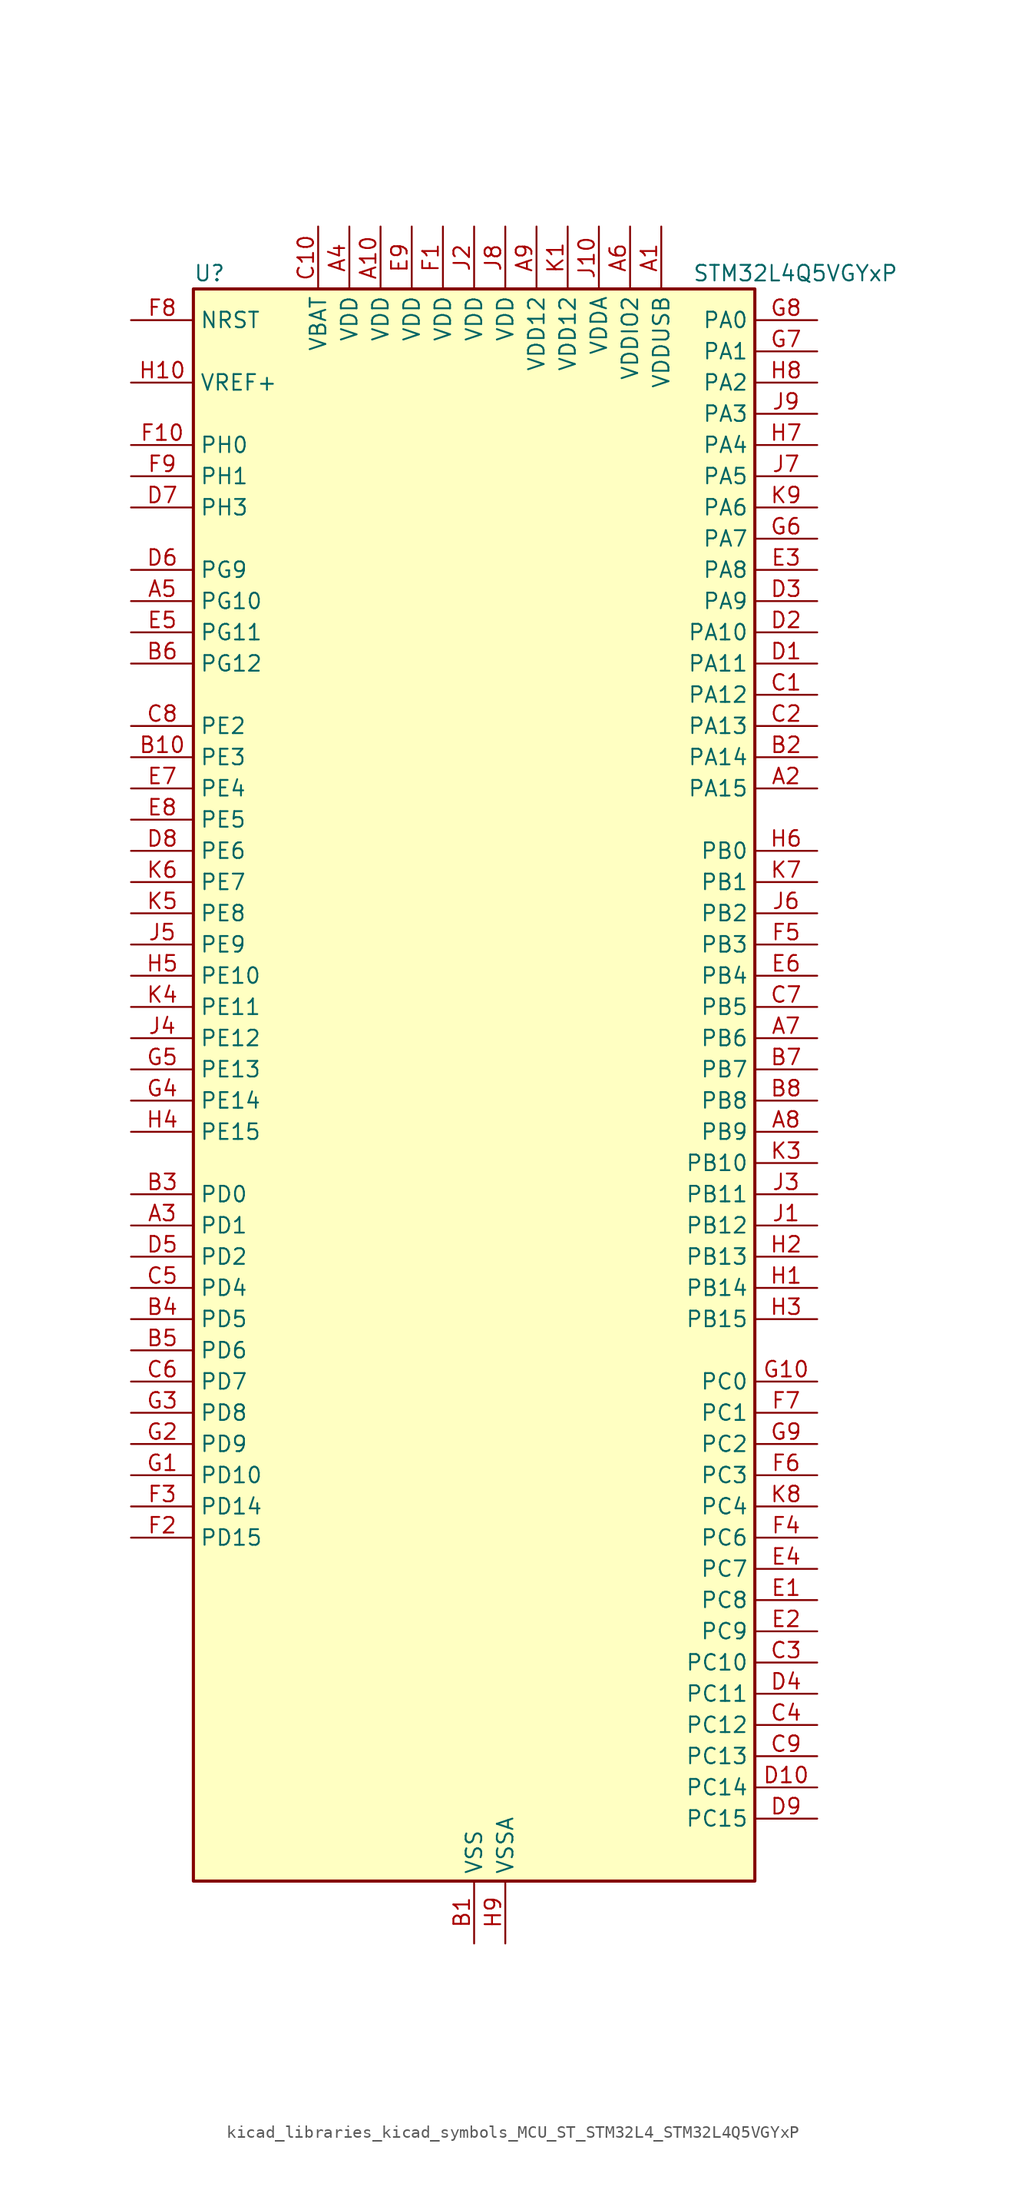
<source format=kicad_sym>
(kicad_symbol_lib
  (version 20220914)
  (generator kicad_symbol_editor)
  (symbol "kicad_libraries_kicad_symbols_MCU_ST_STM32L4_STM32L4Q5VGYxP"
    (property "Reference" "U"
      (at -22.86 67.31 0)
      (effects (font (size 1.27 1.27)) (justify left)))
    (property "Value" "STM32L4Q5VGYxP"
      (at 17.78 67.31 0)
      (effects (font (size 1.27 1.27)) (justify left)))
    (property "ki_locked" ""
      (at 0 0 0)
      (effects (font (size 1.27 1.27))))
    (symbol "kicad_libraries_kicad_symbols_MCU_ST_STM32L4_STM32L4Q5VGYxP_0_1"
      (rectangle (start -22.86 -63.5) (end 22.86 66.04) (stroke (width 0.254) (type default)) (fill (type background))))
    (symbol "kicad_libraries_kicad_symbols_MCU_ST_STM32L4_STM32L4Q5VGYxP_1_1"
      (pin power_in line (at 15.24 71.12 270) (length 5.08) (name "VDDUSB" (effects (font (size 1.27 1.27)))) (number "A1" (effects (font (size 1.27 1.27)))))
      (pin power_in line (at -7.62 71.12 270) (length 5.08) (name "VDD" (effects (font (size 1.27 1.27)))) (number "A10" (effects (font (size 1.27 1.27)))))
      (pin bidirectional line (at 27.94 25.4 180) (length 5.08) (name "PA15" (effects (font (size 1.27 1.27)))) (number "A2" (effects (font (size 1.27 1.27)))) (alternate "ADC1_EXTI15" bidirectional line) (alternate "ADC2_EXTI15" bidirectional line) (alternate "LTDC_HSYNC" bidirectional line) (alternate "SAI2_FS_B" bidirectional line) (alternate "SPI1_NSS" bidirectional line) (alternate "SPI3_NSS" bidirectional line) (alternate "SYS_JTDI" bidirectional line) (alternate "TIM2_CH1" bidirectional line) (alternate "TIM2_ETR" bidirectional line) (alternate "TSC_G3_IO1" bidirectional line) (alternate "UART4_DE" bidirectional line) (alternate "UART4_RTS" bidirectional line) (alternate "USART2_RX" bidirectional line) (alternate "USART3_DE" bidirectional line) (alternate "USART3_RTS" bidirectional line))
      (pin bidirectional line (at -27.94 -10.16 0) (length 5.08) (name "PD1" (effects (font (size 1.27 1.27)))) (number "A3" (effects (font (size 1.27 1.27)))) (alternate "CAN1_TX" bidirectional line) (alternate "FMC_D3" bidirectional line) (alternate "FMC_DA3" bidirectional line) (alternate "LTDC_B5" bidirectional line) (alternate "SPI2_SCK" bidirectional line))
      (pin power_in line (at -10.16 71.12 270) (length 5.08) (name "VDD" (effects (font (size 1.27 1.27)))) (number "A4" (effects (font (size 1.27 1.27)))))
      (pin bidirectional line (at -27.94 40.64 0) (length 5.08) (name "PG10" (effects (font (size 1.27 1.27)))) (number "A5" (effects (font (size 1.27 1.27)))) (alternate "FMC_NE3" bidirectional line) (alternate "LPTIM1_IN1" bidirectional line) (alternate "OCTOSPIM_P2_IO7" bidirectional line) (alternate "SAI2_FS_A" bidirectional line) (alternate "SDMMC2_D1" bidirectional line) (alternate "SPI3_MISO" bidirectional line) (alternate "TIM15_CH1" bidirectional line) (alternate "USART1_RX" bidirectional line))
      (pin power_in line (at 12.7 71.12 270) (length 5.08) (name "VDDIO2" (effects (font (size 1.27 1.27)))) (number "A6" (effects (font (size 1.27 1.27)))))
      (pin bidirectional line (at 27.94 5.08 180) (length 5.08) (name "PB6" (effects (font (size 1.27 1.27)))) (number "A7" (effects (font (size 1.27 1.27)))) (alternate "COMP2_INP" bidirectional line) (alternate "DCMI_D5" bidirectional line) (alternate "I2C1_SCL" bidirectional line) (alternate "I2C4_SCL" bidirectional line) (alternate "LPTIM1_ETR" bidirectional line) (alternate "LTDC_R6" bidirectional line) (alternate "PSSI_D5" bidirectional line) (alternate "SAI1_FS_B" bidirectional line) (alternate "TIM16_CH1N" bidirectional line) (alternate "TIM4_CH1" bidirectional line) (alternate "TIM8_BKIN2" bidirectional line) (alternate "TSC_G2_IO3" bidirectional line) (alternate "USART1_TX" bidirectional line))
      (pin bidirectional line (at 27.94 -2.54 180) (length 5.08) (name "PB9" (effects (font (size 1.27 1.27)))) (number "A8" (effects (font (size 1.27 1.27)))) (alternate "CAN1_TX" bidirectional line) (alternate "DAC1_EXTI9" bidirectional line) (alternate "DCMI_D7" bidirectional line) (alternate "I2C1_SDA" bidirectional line) (alternate "IR_OUT" bidirectional line) (alternate "PSSI_D7" bidirectional line) (alternate "SAI1_D2" bidirectional line) (alternate "SAI1_FS_A" bidirectional line) (alternate "SDMMC1_CDIR" bidirectional line) (alternate "SDMMC1_D5" bidirectional line) (alternate "SDMMC2_D5" bidirectional line) (alternate "SPI2_NSS" bidirectional line) (alternate "TIM17_CH1" bidirectional line) (alternate "TIM4_CH4" bidirectional line))
      (pin power_in line (at 5.08 71.12 270) (length 5.08) (name "VDD12" (effects (font (size 1.27 1.27)))) (number "A9" (effects (font (size 1.27 1.27)))))
      (pin power_in line (at 0 -68.58 90) (length 5.08) (name "VSS" (effects (font (size 1.27 1.27)))) (number "B1" (effects (font (size 1.27 1.27)))))
      (pin bidirectional line (at -27.94 27.94 0) (length 5.08) (name "PE3" (effects (font (size 1.27 1.27)))) (number "B10" (effects (font (size 1.27 1.27)))) (alternate "FMC_A19" bidirectional line) (alternate "LTDC_R6" bidirectional line) (alternate "OCTOSPIM_P1_DQS" bidirectional line) (alternate "SAI1_SD_B" bidirectional line) (alternate "SYS_TRACED0" bidirectional line) (alternate "TIM3_CH1" bidirectional line) (alternate "TSC_G7_IO2" bidirectional line))
      (pin bidirectional line (at 27.94 27.94 180) (length 5.08) (name "PA14" (effects (font (size 1.27 1.27)))) (number "B2" (effects (font (size 1.27 1.27)))) (alternate "I2C1_SMBA" bidirectional line) (alternate "I2C4_SMBA" bidirectional line) (alternate "LPTIM1_OUT" bidirectional line) (alternate "SAI1_FS_B" bidirectional line) (alternate "SYS_JTCK-SWCLK" bidirectional line) (alternate "USB_OTG_FS_SOF" bidirectional line))
      (pin bidirectional line (at -27.94 -7.62 0) (length 5.08) (name "PD0" (effects (font (size 1.27 1.27)))) (number "B3" (effects (font (size 1.27 1.27)))) (alternate "CAN1_RX" bidirectional line) (alternate "FMC_D2" bidirectional line) (alternate "FMC_DA2" bidirectional line) (alternate "LTDC_B4" bidirectional line) (alternate "SPI2_NSS" bidirectional line))
      (pin bidirectional line (at -27.94 -17.78 0) (length 5.08) (name "PD5" (effects (font (size 1.27 1.27)))) (number "B4" (effects (font (size 1.27 1.27)))) (alternate "FMC_NWE" bidirectional line) (alternate "OCTOSPIM_P1_IO5" bidirectional line) (alternate "USART2_TX" bidirectional line))
      (pin bidirectional line (at -27.94 -20.32 0) (length 5.08) (name "PD6" (effects (font (size 1.27 1.27)))) (number "B5" (effects (font (size 1.27 1.27)))) (alternate "DCMI_D10" bidirectional line) (alternate "DFSDM1_DATIN1" bidirectional line) (alternate "FMC_NWAIT" bidirectional line) (alternate "LTDC_DE" bidirectional line) (alternate "OCTOSPIM_P1_IO6" bidirectional line) (alternate "PSSI_D10" bidirectional line) (alternate "SAI1_D1" bidirectional line) (alternate "SAI1_SD_A" bidirectional line) (alternate "SDMMC2_CK" bidirectional line) (alternate "SPI3_MOSI" bidirectional line) (alternate "USART2_RX" bidirectional line))
      (pin bidirectional line (at -27.94 35.56 0) (length 5.08) (name "PG12" (effects (font (size 1.27 1.27)))) (number "B6" (effects (font (size 1.27 1.27)))) (alternate "FMC_NE4" bidirectional line) (alternate "LPTIM1_ETR" bidirectional line) (alternate "OCTOSPIM_P2_NCS" bidirectional line) (alternate "SAI2_SD_A" bidirectional line) (alternate "SDMMC2_D3" bidirectional line) (alternate "SPI3_NSS" bidirectional line) (alternate "USART1_DE" bidirectional line) (alternate "USART1_RTS" bidirectional line))
      (pin bidirectional line (at 27.94 2.54 180) (length 5.08) (name "PB7" (effects (font (size 1.27 1.27)))) (number "B7" (effects (font (size 1.27 1.27)))) (alternate "COMP2_INM" bidirectional line) (alternate "DCMI_VSYNC" bidirectional line) (alternate "FMC_NL" bidirectional line) (alternate "I2C1_SDA" bidirectional line) (alternate "I2C4_SDA" bidirectional line) (alternate "LPTIM1_IN2" bidirectional line) (alternate "LTDC_VSYNC" bidirectional line) (alternate "PSSI_RDY" bidirectional line) (alternate "SYS_PVD_IN" bidirectional line) (alternate "TIM17_CH1N" bidirectional line) (alternate "TIM4_CH2" bidirectional line) (alternate "TIM8_BKIN" bidirectional line) (alternate "TSC_G2_IO4" bidirectional line) (alternate "UART4_CTS" bidirectional line) (alternate "USART1_RX" bidirectional line))
      (pin bidirectional line (at 27.94 0 180) (length 5.08) (name "PB8" (effects (font (size 1.27 1.27)))) (number "B8" (effects (font (size 1.27 1.27)))) (alternate "CAN1_RX" bidirectional line) (alternate "DCMI_D6" bidirectional line) (alternate "DFSDM1_CKOUT" bidirectional line) (alternate "I2C1_SCL" bidirectional line) (alternate "LTDC_DE" bidirectional line) (alternate "PSSI_D6" bidirectional line) (alternate "SAI1_CK1" bidirectional line) (alternate "SAI1_MCLK_A" bidirectional line) (alternate "SDMMC1_CKIN" bidirectional line) (alternate "SDMMC1_D4" bidirectional line) (alternate "SDMMC2_D4" bidirectional line) (alternate "TIM16_CH1" bidirectional line) (alternate "TIM4_CH3" bidirectional line))
      (pin passive line (at 0 -68.58 90) (length 5.08) hide (name "VSS" (effects (font (size 1.27 1.27)))) (number "B9" (effects (font (size 1.27 1.27)))))
      (pin bidirectional line (at 27.94 33.02 180) (length 5.08) (name "PA12" (effects (font (size 1.27 1.27)))) (number "C1" (effects (font (size 1.27 1.27)))) (alternate "CAN1_TX" bidirectional line) (alternate "LTDC_VSYNC" bidirectional line) (alternate "OCTOSPIM_P2_NCS" bidirectional line) (alternate "SPI1_MOSI" bidirectional line) (alternate "TIM1_ETR" bidirectional line) (alternate "USART1_DE" bidirectional line) (alternate "USART1_RTS" bidirectional line) (alternate "USB_OTG_FS_DP" bidirectional line))
      (pin power_in line (at -12.7 71.12 270) (length 5.08) (name "VBAT" (effects (font (size 1.27 1.27)))) (number "C10" (effects (font (size 1.27 1.27)))))
      (pin bidirectional line (at 27.94 30.48 180) (length 5.08) (name "PA13" (effects (font (size 1.27 1.27)))) (number "C2" (effects (font (size 1.27 1.27)))) (alternate "IR_OUT" bidirectional line) (alternate "SAI1_SD_B" bidirectional line) (alternate "SYS_JTMS-SWDIO" bidirectional line) (alternate "USB_OTG_FS_NOE" bidirectional line))
      (pin bidirectional line (at 27.94 -45.72 180) (length 5.08) (name "PC10" (effects (font (size 1.27 1.27)))) (number "C3" (effects (font (size 1.27 1.27)))) (alternate "DCMI_D8" bidirectional line) (alternate "DCMI_VSYNC" bidirectional line) (alternate "PSSI_D8" bidirectional line) (alternate "PSSI_RDY" bidirectional line) (alternate "SAI2_SCK_B" bidirectional line) (alternate "SDMMC1_D2" bidirectional line) (alternate "SPI3_SCK" bidirectional line) (alternate "SYS_TRACED1" bidirectional line) (alternate "TSC_G3_IO2" bidirectional line) (alternate "UART4_TX" bidirectional line) (alternate "USART3_TX" bidirectional line))
      (pin bidirectional line (at 27.94 -50.8 180) (length 5.08) (name "PC12" (effects (font (size 1.27 1.27)))) (number "C4" (effects (font (size 1.27 1.27)))) (alternate "DCMI_D9" bidirectional line) (alternate "LTDC_R6" bidirectional line) (alternate "PSSI_D9" bidirectional line) (alternate "SAI2_SD_B" bidirectional line) (alternate "SDMMC1_CK" bidirectional line) (alternate "SPI3_MOSI" bidirectional line) (alternate "SYS_TRACED3" bidirectional line) (alternate "TSC_G3_IO4" bidirectional line) (alternate "UART5_TX" bidirectional line) (alternate "USART3_CK" bidirectional line))
      (pin bidirectional line (at -27.94 -15.24 0) (length 5.08) (name "PD4" (effects (font (size 1.27 1.27)))) (number "C5" (effects (font (size 1.27 1.27)))) (alternate "DFSDM1_CKIN0" bidirectional line) (alternate "FMC_NOE" bidirectional line) (alternate "OCTOSPIM_P1_IO4" bidirectional line) (alternate "SDMMC2_CKIN" bidirectional line) (alternate "SPI2_MOSI" bidirectional line) (alternate "USART2_DE" bidirectional line) (alternate "USART2_RTS" bidirectional line))
      (pin bidirectional line (at -27.94 -22.86 0) (length 5.08) (name "PD7" (effects (font (size 1.27 1.27)))) (number "C6" (effects (font (size 1.27 1.27)))) (alternate "DFSDM1_CKIN1" bidirectional line) (alternate "FMC_NCE" bidirectional line) (alternate "FMC_NE1" bidirectional line) (alternate "OCTOSPIM_P1_IO7" bidirectional line) (alternate "SDMMC2_CMD" bidirectional line) (alternate "USART2_CK" bidirectional line))
      (pin bidirectional line (at 27.94 7.62 180) (length 5.08) (name "PB5" (effects (font (size 1.27 1.27)))) (number "C7" (effects (font (size 1.27 1.27)))) (alternate "COMP2_OUT" bidirectional line) (alternate "DCMI_D10" bidirectional line) (alternate "I2C1_SMBA" bidirectional line) (alternate "LPTIM1_IN1" bidirectional line) (alternate "OCTOSPIM_P1_IO0" bidirectional line) (alternate "PSSI_D10" bidirectional line) (alternate "SAI1_SD_B" bidirectional line) (alternate "SPI1_MOSI" bidirectional line) (alternate "SPI3_MOSI" bidirectional line) (alternate "TIM16_BKIN" bidirectional line) (alternate "TIM3_CH2" bidirectional line) (alternate "TSC_G2_IO2" bidirectional line) (alternate "UART5_CTS" bidirectional line) (alternate "USART1_CK" bidirectional line))
      (pin bidirectional line (at -27.94 30.48 0) (length 5.08) (name "PE2" (effects (font (size 1.27 1.27)))) (number "C8" (effects (font (size 1.27 1.27)))) (alternate "FMC_A23" bidirectional line) (alternate "LTDC_R7" bidirectional line) (alternate "SAI1_CK1" bidirectional line) (alternate "SAI1_MCLK_A" bidirectional line) (alternate "SYS_TRACECLK" bidirectional line) (alternate "TIM3_ETR" bidirectional line) (alternate "TSC_G7_IO1" bidirectional line))
      (pin bidirectional line (at 27.94 -53.34 180) (length 5.08) (name "PC13" (effects (font (size 1.27 1.27)))) (number "C9" (effects (font (size 1.27 1.27)))) (alternate "RTC_OUT1" bidirectional line) (alternate "RTC_TAMP1" bidirectional line) (alternate "RTC_TS" bidirectional line) (alternate "SYS_WKUP2" bidirectional line))
      (pin bidirectional line (at 27.94 35.56 180) (length 5.08) (name "PA11" (effects (font (size 1.27 1.27)))) (number "D1" (effects (font (size 1.27 1.27)))) (alternate "ADC1_EXTI11" bidirectional line) (alternate "ADC2_EXTI11" bidirectional line) (alternate "CAN1_RX" bidirectional line) (alternate "LTDC_DE" bidirectional line) (alternate "SPI1_MISO" bidirectional line) (alternate "TIM1_BKIN2" bidirectional line) (alternate "TIM1_CH4" bidirectional line) (alternate "USART1_CTS" bidirectional line) (alternate "USART1_NSS" bidirectional line) (alternate "USB_OTG_FS_DM" bidirectional line))
      (pin bidirectional line (at 27.94 -55.88 180) (length 5.08) (name "PC14" (effects (font (size 1.27 1.27)))) (number "D10" (effects (font (size 1.27 1.27)))) (alternate "RCC_OSC32_IN" bidirectional line))
      (pin bidirectional line (at 27.94 38.1 180) (length 5.08) (name "PA10" (effects (font (size 1.27 1.27)))) (number "D2" (effects (font (size 1.27 1.27)))) (alternate "DCMI_D1" bidirectional line) (alternate "LTDC_G6" bidirectional line) (alternate "PSSI_D1" bidirectional line) (alternate "SAI1_D1" bidirectional line) (alternate "SAI1_SD_A" bidirectional line) (alternate "TIM17_BKIN" bidirectional line) (alternate "TIM1_CH3" bidirectional line) (alternate "USART1_RX" bidirectional line) (alternate "USB_OTG_FS_ID" bidirectional line))
      (pin bidirectional line (at 27.94 40.64 180) (length 5.08) (name "PA9" (effects (font (size 1.27 1.27)))) (number "D3" (effects (font (size 1.27 1.27)))) (alternate "DAC1_EXTI9" bidirectional line) (alternate "DCMI_D0" bidirectional line) (alternate "LTDC_G7" bidirectional line) (alternate "PSSI_D0" bidirectional line) (alternate "SAI1_FS_A" bidirectional line) (alternate "SPI2_SCK" bidirectional line) (alternate "TIM15_BKIN" bidirectional line) (alternate "TIM1_CH2" bidirectional line) (alternate "USART1_TX" bidirectional line) (alternate "USB_OTG_FS_VBUS" bidirectional line))
      (pin bidirectional line (at 27.94 -48.26 180) (length 5.08) (name "PC11" (effects (font (size 1.27 1.27)))) (number "D4" (effects (font (size 1.27 1.27)))) (alternate "ADC1_EXTI11" bidirectional line) (alternate "ADC2_EXTI11" bidirectional line) (alternate "DCMI_D2" bidirectional line) (alternate "DCMI_D4" bidirectional line) (alternate "OCTOSPIM_P1_NCS" bidirectional line) (alternate "PSSI_D2" bidirectional line) (alternate "PSSI_D4" bidirectional line) (alternate "SAI2_MCLK_B" bidirectional line) (alternate "SDMMC1_D3" bidirectional line) (alternate "SPI3_MISO" bidirectional line) (alternate "TSC_G3_IO3" bidirectional line) (alternate "UART4_RX" bidirectional line) (alternate "USART3_RX" bidirectional line))
      (pin bidirectional line (at -27.94 -12.7 0) (length 5.08) (name "PD2" (effects (font (size 1.27 1.27)))) (number "D5" (effects (font (size 1.27 1.27)))) (alternate "DCMI_D11" bidirectional line) (alternate "PSSI_D11" bidirectional line) (alternate "SDMMC1_CMD" bidirectional line) (alternate "SYS_TRACED2" bidirectional line) (alternate "TIM3_ETR" bidirectional line) (alternate "TSC_SYNC" bidirectional line) (alternate "UART5_RX" bidirectional line) (alternate "USART3_DE" bidirectional line) (alternate "USART3_RTS" bidirectional line))
      (pin bidirectional line (at -27.94 43.18 0) (length 5.08) (name "PG9" (effects (font (size 1.27 1.27)))) (number "D6" (effects (font (size 1.27 1.27)))) (alternate "DAC1_EXTI9" bidirectional line) (alternate "FMC_NCE" bidirectional line) (alternate "FMC_NE2" bidirectional line) (alternate "OCTOSPIM_P2_IO6" bidirectional line) (alternate "SAI2_SCK_A" bidirectional line) (alternate "SDMMC2_D0" bidirectional line) (alternate "SPI3_SCK" bidirectional line) (alternate "TIM15_CH1N" bidirectional line) (alternate "USART1_TX" bidirectional line))
      (pin bidirectional line (at -27.94 48.26 0) (length 5.08) (name "PH3" (effects (font (size 1.27 1.27)))) (number "D7" (effects (font (size 1.27 1.27)))))
      (pin bidirectional line (at -27.94 20.32 0) (length 5.08) (name "PE6" (effects (font (size 1.27 1.27)))) (number "D8" (effects (font (size 1.27 1.27)))) (alternate "DCMI_D7" bidirectional line) (alternate "FMC_A22" bidirectional line) (alternate "LTDC_G6" bidirectional line) (alternate "PSSI_D7" bidirectional line) (alternate "RTC_TAMP3" bidirectional line) (alternate "SAI1_D1" bidirectional line) (alternate "SAI1_SD_A" bidirectional line) (alternate "SYS_TRACED3" bidirectional line) (alternate "SYS_WKUP3" bidirectional line) (alternate "TIM3_CH4" bidirectional line))
      (pin bidirectional line (at 27.94 -58.42 180) (length 5.08) (name "PC15" (effects (font (size 1.27 1.27)))) (number "D9" (effects (font (size 1.27 1.27)))) (alternate "ADC1_EXTI15" bidirectional line) (alternate "ADC2_EXTI15" bidirectional line) (alternate "RCC_OSC32_OUT" bidirectional line))
      (pin bidirectional line (at 27.94 -40.64 180) (length 5.08) (name "PC8" (effects (font (size 1.27 1.27)))) (number "E1" (effects (font (size 1.27 1.27)))) (alternate "DCMI_D2" bidirectional line) (alternate "PSSI_D2" bidirectional line) (alternate "SDMMC1_D0" bidirectional line) (alternate "TIM3_CH3" bidirectional line) (alternate "TIM8_CH3" bidirectional line) (alternate "TSC_G4_IO3" bidirectional line))
      (pin passive line (at 0 -68.58 90) (length 5.08) hide (name "VSS" (effects (font (size 1.27 1.27)))) (number "E10" (effects (font (size 1.27 1.27)))))
      (pin bidirectional line (at 27.94 -43.18 180) (length 5.08) (name "PC9" (effects (font (size 1.27 1.27)))) (number "E2" (effects (font (size 1.27 1.27)))) (alternate "DAC1_EXTI9" bidirectional line) (alternate "DCMI_D3" bidirectional line) (alternate "I2C3_SDA" bidirectional line) (alternate "PSSI_D3" bidirectional line) (alternate "SAI2_EXTCLK" bidirectional line) (alternate "SDMMC1_D1" bidirectional line) (alternate "SYS_TRACED0" bidirectional line) (alternate "TIM3_CH4" bidirectional line) (alternate "TIM8_BKIN2" bidirectional line) (alternate "TIM8_CH4" bidirectional line) (alternate "TSC_G4_IO4" bidirectional line) (alternate "USB_OTG_FS_NOE" bidirectional line))
      (pin bidirectional line (at 27.94 43.18 180) (length 5.08) (name "PA8" (effects (font (size 1.27 1.27)))) (number "E3" (effects (font (size 1.27 1.27)))) (alternate "LPTIM2_OUT" bidirectional line) (alternate "LTDC_B7" bidirectional line) (alternate "RCC_MCO" bidirectional line) (alternate "SAI1_CK2" bidirectional line) (alternate "SAI1_SCK_A" bidirectional line) (alternate "TIM1_CH1" bidirectional line) (alternate "USART1_CK" bidirectional line) (alternate "USB_OTG_FS_SOF" bidirectional line))
      (pin bidirectional line (at 27.94 -38.1 180) (length 5.08) (name "PC7" (effects (font (size 1.27 1.27)))) (number "E4" (effects (font (size 1.27 1.27)))) (alternate "DCMI_D1" bidirectional line) (alternate "DFSDM1_DATIN3" bidirectional line) (alternate "LTDC_B6" bidirectional line) (alternate "PSSI_D1" bidirectional line) (alternate "SAI2_MCLK_B" bidirectional line) (alternate "SDMMC1_D123DIR" bidirectional line) (alternate "SDMMC1_D7" bidirectional line) (alternate "SDMMC2_D7" bidirectional line) (alternate "TIM3_CH2" bidirectional line) (alternate "TIM8_CH2" bidirectional line) (alternate "TSC_G4_IO2" bidirectional line))
      (pin bidirectional line (at -27.94 38.1 0) (length 5.08) (name "PG11" (effects (font (size 1.27 1.27)))) (number "E5" (effects (font (size 1.27 1.27)))) (alternate "ADC1_EXTI11" bidirectional line) (alternate "ADC2_EXTI11" bidirectional line) (alternate "LPTIM1_IN2" bidirectional line) (alternate "OCTOSPIM_P1_IO5" bidirectional line) (alternate "SAI2_MCLK_A" bidirectional line) (alternate "SDMMC2_D2" bidirectional line) (alternate "SPI3_MOSI" bidirectional line) (alternate "TIM15_CH2" bidirectional line) (alternate "USART1_CTS" bidirectional line) (alternate "USART1_NSS" bidirectional line))
      (pin bidirectional line (at 27.94 10.16 180) (length 5.08) (name "PB4" (effects (font (size 1.27 1.27)))) (number "E6" (effects (font (size 1.27 1.27)))) (alternate "COMP2_INP" bidirectional line) (alternate "DCMI_D12" bidirectional line) (alternate "I2C3_SDA" bidirectional line) (alternate "OCTOSPIM_P1_IO5" bidirectional line) (alternate "PSSI_D12" bidirectional line) (alternate "SAI1_MCLK_B" bidirectional line) (alternate "SDMMC2_D3" bidirectional line) (alternate "SPI1_MISO" bidirectional line) (alternate "SPI3_MISO" bidirectional line) (alternate "SYS_JTRST" bidirectional line) (alternate "TIM17_BKIN" bidirectional line) (alternate "TIM3_CH1" bidirectional line) (alternate "TSC_G2_IO1" bidirectional line) (alternate "UART5_DE" bidirectional line) (alternate "UART5_RTS" bidirectional line) (alternate "USART1_CTS" bidirectional line) (alternate "USART1_NSS" bidirectional line))
      (pin bidirectional line (at -27.94 25.4 0) (length 5.08) (name "PE4" (effects (font (size 1.27 1.27)))) (number "E7" (effects (font (size 1.27 1.27)))) (alternate "DCMI_D4" bidirectional line) (alternate "DFSDM1_DATIN3" bidirectional line) (alternate "FMC_A20" bidirectional line) (alternate "LTDC_B7" bidirectional line) (alternate "PSSI_D4" bidirectional line) (alternate "SAI1_D2" bidirectional line) (alternate "SAI1_FS_A" bidirectional line) (alternate "SYS_TRACED1" bidirectional line) (alternate "TIM3_CH2" bidirectional line) (alternate "TSC_G7_IO3" bidirectional line))
      (pin bidirectional line (at -27.94 22.86 0) (length 5.08) (name "PE5" (effects (font (size 1.27 1.27)))) (number "E8" (effects (font (size 1.27 1.27)))) (alternate "DCMI_D6" bidirectional line) (alternate "DFSDM1_CKIN3" bidirectional line) (alternate "FMC_A21" bidirectional line) (alternate "LTDC_G7" bidirectional line) (alternate "PSSI_D6" bidirectional line) (alternate "SAI1_CK2" bidirectional line) (alternate "SAI1_SCK_A" bidirectional line) (alternate "SYS_TRACED2" bidirectional line) (alternate "TIM3_CH3" bidirectional line) (alternate "TSC_G7_IO4" bidirectional line))
      (pin power_in line (at -5.08 71.12 270) (length 5.08) (name "VDD" (effects (font (size 1.27 1.27)))) (number "E9" (effects (font (size 1.27 1.27)))))
      (pin power_in line (at -2.54 71.12 270) (length 5.08) (name "VDD" (effects (font (size 1.27 1.27)))) (number "F1" (effects (font (size 1.27 1.27)))))
      (pin bidirectional line (at -27.94 53.34 0) (length 5.08) (name "PH0" (effects (font (size 1.27 1.27)))) (number "F10" (effects (font (size 1.27 1.27)))) (alternate "RCC_OSC_IN" bidirectional line))
      (pin bidirectional line (at -27.94 -35.56 0) (length 5.08) (name "PD15" (effects (font (size 1.27 1.27)))) (number "F2" (effects (font (size 1.27 1.27)))) (alternate "ADC1_EXTI15" bidirectional line) (alternate "ADC2_EXTI15" bidirectional line) (alternate "FMC_D1" bidirectional line) (alternate "FMC_DA1" bidirectional line) (alternate "LTDC_B3" bidirectional line) (alternate "TIM4_CH4" bidirectional line))
      (pin bidirectional line (at -27.94 -33.02 0) (length 5.08) (name "PD14" (effects (font (size 1.27 1.27)))) (number "F3" (effects (font (size 1.27 1.27)))) (alternate "FMC_D0" bidirectional line) (alternate "FMC_DA0" bidirectional line) (alternate "LTDC_B2" bidirectional line) (alternate "TIM4_CH3" bidirectional line))
      (pin bidirectional line (at 27.94 -35.56 180) (length 5.08) (name "PC6" (effects (font (size 1.27 1.27)))) (number "F4" (effects (font (size 1.27 1.27)))) (alternate "DCMI_D0" bidirectional line) (alternate "DFSDM1_CKIN3" bidirectional line) (alternate "LTDC_G7" bidirectional line) (alternate "PSSI_D0" bidirectional line) (alternate "SAI2_MCLK_A" bidirectional line) (alternate "SDMMC1_D0DIR" bidirectional line) (alternate "SDMMC1_D6" bidirectional line) (alternate "SDMMC2_D6" bidirectional line) (alternate "TIM3_CH1" bidirectional line) (alternate "TIM8_CH1" bidirectional line) (alternate "TSC_G4_IO1" bidirectional line))
      (pin bidirectional line (at 27.94 12.7 180) (length 5.08) (name "PB3" (effects (font (size 1.27 1.27)))) (number "F5" (effects (font (size 1.27 1.27)))) (alternate "COMP2_INM" bidirectional line) (alternate "CRS_SYNC" bidirectional line) (alternate "OCTOSPIM_P1_IO4" bidirectional line) (alternate "SAI1_SCK_B" bidirectional line) (alternate "SDMMC2_D2" bidirectional line) (alternate "SPI1_SCK" bidirectional line) (alternate "SPI3_SCK" bidirectional line) (alternate "SYS_JTDO-SWO" bidirectional line) (alternate "TIM2_CH2" bidirectional line) (alternate "USART1_DE" bidirectional line) (alternate "USART1_RTS" bidirectional line))
      (pin bidirectional line (at 27.94 -30.48 180) (length 5.08) (name "PC3" (effects (font (size 1.27 1.27)))) (number "F6" (effects (font (size 1.27 1.27)))) (alternate "ADC1_IN4" bidirectional line) (alternate "ADC2_IN4" bidirectional line) (alternate "LPTIM1_ETR" bidirectional line) (alternate "LPTIM2_ETR" bidirectional line) (alternate "OCTOSPIM_P1_IO6" bidirectional line) (alternate "SAI1_D1" bidirectional line) (alternate "SAI1_SD_A" bidirectional line) (alternate "SPI2_MOSI" bidirectional line))
      (pin bidirectional line (at 27.94 -25.4 180) (length 5.08) (name "PC1" (effects (font (size 1.27 1.27)))) (number "F7" (effects (font (size 1.27 1.27)))) (alternate "ADC1_IN2" bidirectional line) (alternate "ADC2_IN2" bidirectional line) (alternate "I2C3_SDA" bidirectional line) (alternate "LPTIM1_OUT" bidirectional line) (alternate "LPUART1_TX" bidirectional line) (alternate "OCTOSPIM_P1_IO4" bidirectional line) (alternate "SAI1_SD_A" bidirectional line) (alternate "SPI2_MOSI" bidirectional line) (alternate "SYS_TRACED0" bidirectional line))
      (pin input line (at -27.94 63.5 0) (length 5.08) (name "NRST" (effects (font (size 1.27 1.27)))) (number "F8" (effects (font (size 1.27 1.27)))))
      (pin bidirectional line (at -27.94 50.8 0) (length 5.08) (name "PH1" (effects (font (size 1.27 1.27)))) (number "F9" (effects (font (size 1.27 1.27)))) (alternate "RCC_OSC_OUT" bidirectional line))
      (pin bidirectional line (at -27.94 -30.48 0) (length 5.08) (name "PD10" (effects (font (size 1.27 1.27)))) (number "G1" (effects (font (size 1.27 1.27)))) (alternate "FMC_D15" bidirectional line) (alternate "FMC_DA15" bidirectional line) (alternate "LTDC_R5" bidirectional line) (alternate "SAI2_SCK_A" bidirectional line) (alternate "TSC_G6_IO1" bidirectional line) (alternate "USART3_CK" bidirectional line))
      (pin bidirectional line (at 27.94 -22.86 180) (length 5.08) (name "PC0" (effects (font (size 1.27 1.27)))) (number "G10" (effects (font (size 1.27 1.27)))) (alternate "ADC1_IN1" bidirectional line) (alternate "ADC2_IN1" bidirectional line) (alternate "I2C3_SCL" bidirectional line) (alternate "LPTIM1_IN1" bidirectional line) (alternate "LPTIM2_IN1" bidirectional line) (alternate "LPUART1_RX" bidirectional line) (alternate "LTDC_DE" bidirectional line) (alternate "SAI2_FS_A" bidirectional line) (alternate "SDMMC1_CMD" bidirectional line) (alternate "SDMMC2_CKIN" bidirectional line))
      (pin bidirectional line (at -27.94 -27.94 0) (length 5.08) (name "PD9" (effects (font (size 1.27 1.27)))) (number "G2" (effects (font (size 1.27 1.27)))) (alternate "DAC1_EXTI9" bidirectional line) (alternate "DCMI_PIXCLK" bidirectional line) (alternate "FMC_D14" bidirectional line) (alternate "FMC_DA14" bidirectional line) (alternate "LTDC_R4" bidirectional line) (alternate "PSSI_PDCK" bidirectional line) (alternate "SAI2_MCLK_A" bidirectional line) (alternate "USART3_RX" bidirectional line))
      (pin bidirectional line (at -27.94 -25.4 0) (length 5.08) (name "PD8" (effects (font (size 1.27 1.27)))) (number "G3" (effects (font (size 1.27 1.27)))) (alternate "DCMI_HSYNC" bidirectional line) (alternate "FMC_D13" bidirectional line) (alternate "FMC_DA13" bidirectional line) (alternate "LTDC_R3" bidirectional line) (alternate "PSSI_DE" bidirectional line) (alternate "USART3_TX" bidirectional line))
      (pin bidirectional line (at -27.94 0 0) (length 5.08) (name "PE14" (effects (font (size 1.27 1.27)))) (number "G4" (effects (font (size 1.27 1.27)))) (alternate "FMC_D11" bidirectional line) (alternate "FMC_DA11" bidirectional line) (alternate "LTDC_G7" bidirectional line) (alternate "OCTOSPIM_P1_IO2" bidirectional line) (alternate "SPI1_MISO" bidirectional line) (alternate "TIM1_BKIN2" bidirectional line) (alternate "TIM1_CH4" bidirectional line))
      (pin bidirectional line (at -27.94 2.54 0) (length 5.08) (name "PE13" (effects (font (size 1.27 1.27)))) (number "G5" (effects (font (size 1.27 1.27)))) (alternate "FMC_D10" bidirectional line) (alternate "FMC_DA10" bidirectional line) (alternate "LTDC_G6" bidirectional line) (alternate "OCTOSPIM_P1_IO1" bidirectional line) (alternate "SPI1_SCK" bidirectional line) (alternate "TIM1_CH3" bidirectional line) (alternate "TSC_G5_IO4" bidirectional line))
      (pin bidirectional line (at 27.94 45.72 180) (length 5.08) (name "PA7" (effects (font (size 1.27 1.27)))) (number "G6" (effects (font (size 1.27 1.27)))) (alternate "ADC1_IN12" bidirectional line) (alternate "ADC2_IN12" bidirectional line) (alternate "I2C3_SCL" bidirectional line) (alternate "OCTOSPIM_P1_IO2" bidirectional line) (alternate "OPAMP2_VINM" bidirectional line) (alternate "SPI1_MOSI" bidirectional line) (alternate "TIM17_CH1" bidirectional line) (alternate "TIM1_CH1N" bidirectional line) (alternate "TIM3_CH2" bidirectional line) (alternate "TIM8_CH1N" bidirectional line))
      (pin bidirectional line (at 27.94 60.96 180) (length 5.08) (name "PA1" (effects (font (size 1.27 1.27)))) (number "G7" (effects (font (size 1.27 1.27)))) (alternate "ADC1_IN6" bidirectional line) (alternate "ADC2_IN6" bidirectional line) (alternate "I2C1_SMBA" bidirectional line) (alternate "OCTOSPIM_P1_DQS" bidirectional line) (alternate "OPAMP1_VINM" bidirectional line) (alternate "SDMMC2_CMD" bidirectional line) (alternate "SPI1_SCK" bidirectional line) (alternate "TIM15_CH1N" bidirectional line) (alternate "TIM2_CH2" bidirectional line) (alternate "TIM5_CH2" bidirectional line) (alternate "UART4_RX" bidirectional line) (alternate "USART2_DE" bidirectional line) (alternate "USART2_RTS" bidirectional line))
      (pin bidirectional line (at 27.94 63.5 180) (length 5.08) (name "PA0" (effects (font (size 1.27 1.27)))) (number "G8" (effects (font (size 1.27 1.27)))) (alternate "ADC1_IN5" bidirectional line) (alternate "ADC2_IN5" bidirectional line) (alternate "OPAMP1_VINP" bidirectional line) (alternate "RTC_TAMP2" bidirectional line) (alternate "SAI1_EXTCLK" bidirectional line) (alternate "SYS_WKUP1" bidirectional line) (alternate "TIM2_CH1" bidirectional line) (alternate "TIM2_ETR" bidirectional line) (alternate "TIM5_CH1" bidirectional line) (alternate "TIM8_ETR" bidirectional line) (alternate "UART4_TX" bidirectional line) (alternate "USART2_CTS" bidirectional line) (alternate "USART2_NSS" bidirectional line))
      (pin bidirectional line (at 27.94 -27.94 180) (length 5.08) (name "PC2" (effects (font (size 1.27 1.27)))) (number "G9" (effects (font (size 1.27 1.27)))) (alternate "ADC1_IN3" bidirectional line) (alternate "ADC2_IN3" bidirectional line) (alternate "DFSDM1_CKOUT" bidirectional line) (alternate "LPTIM1_IN2" bidirectional line) (alternate "LTDC_HSYNC" bidirectional line) (alternate "OCTOSPIM_P1_IO5" bidirectional line) (alternate "SPI2_MISO" bidirectional line))
      (pin bidirectional line (at 27.94 -15.24 180) (length 5.08) (name "PB14" (effects (font (size 1.27 1.27)))) (number "H1" (effects (font (size 1.27 1.27)))) (alternate "DFSDM1_DATIN2" bidirectional line) (alternate "I2C2_SDA" bidirectional line) (alternate "OCTOSPIM_P1_IO6" bidirectional line) (alternate "SAI2_MCLK_A" bidirectional line) (alternate "SDMMC2_D0" bidirectional line) (alternate "SPI2_MISO" bidirectional line) (alternate "TIM15_CH1" bidirectional line) (alternate "TIM1_CH2N" bidirectional line) (alternate "TIM8_CH2N" bidirectional line) (alternate "TSC_G1_IO3" bidirectional line) (alternate "USART3_DE" bidirectional line) (alternate "USART3_RTS" bidirectional line))
      (pin input line (at -27.94 58.42 0) (length 5.08) (name "VREF+" (effects (font (size 1.27 1.27)))) (number "H10" (effects (font (size 1.27 1.27)))) (alternate "VREFBUF_OUT" bidirectional line))
      (pin bidirectional line (at 27.94 -12.7 180) (length 5.08) (name "PB13" (effects (font (size 1.27 1.27)))) (number "H2" (effects (font (size 1.27 1.27)))) (alternate "DFSDM1_CKIN1" bidirectional line) (alternate "I2C2_SCL" bidirectional line) (alternate "LPUART1_CTS" bidirectional line) (alternate "OCTOSPIM_P1_IO1" bidirectional line) (alternate "SAI2_SCK_A" bidirectional line) (alternate "SPI2_SCK" bidirectional line) (alternate "TIM15_CH1N" bidirectional line) (alternate "TIM1_CH1N" bidirectional line) (alternate "TSC_G1_IO2" bidirectional line) (alternate "USART3_CTS" bidirectional line) (alternate "USART3_NSS" bidirectional line))
      (pin bidirectional line (at 27.94 -17.78 180) (length 5.08) (name "PB15" (effects (font (size 1.27 1.27)))) (number "H3" (effects (font (size 1.27 1.27)))) (alternate "ADC1_EXTI15" bidirectional line) (alternate "ADC2_EXTI15" bidirectional line) (alternate "DFSDM1_CKIN2" bidirectional line) (alternate "OCTOSPIM_P1_IO7" bidirectional line) (alternate "RTC_REFIN" bidirectional line) (alternate "SAI2_SD_A" bidirectional line) (alternate "SDMMC2_D1" bidirectional line) (alternate "SPI2_MOSI" bidirectional line) (alternate "TIM15_CH2" bidirectional line) (alternate "TIM1_CH3N" bidirectional line) (alternate "TIM8_CH3N" bidirectional line) (alternate "TSC_G1_IO4" bidirectional line))
      (pin bidirectional line (at -27.94 -2.54 0) (length 5.08) (name "PE15" (effects (font (size 1.27 1.27)))) (number "H4" (effects (font (size 1.27 1.27)))) (alternate "ADC1_EXTI15" bidirectional line) (alternate "ADC2_EXTI15" bidirectional line) (alternate "FMC_D12" bidirectional line) (alternate "FMC_DA12" bidirectional line) (alternate "LTDC_R2" bidirectional line) (alternate "OCTOSPIM_P1_IO3" bidirectional line) (alternate "SPI1_MOSI" bidirectional line) (alternate "TIM1_BKIN" bidirectional line))
      (pin bidirectional line (at -27.94 10.16 0) (length 5.08) (name "PE10" (effects (font (size 1.27 1.27)))) (number "H5" (effects (font (size 1.27 1.27)))) (alternate "FMC_D7" bidirectional line) (alternate "FMC_DA7" bidirectional line) (alternate "LTDC_G3" bidirectional line) (alternate "OCTOSPIM_P1_CLK" bidirectional line) (alternate "SAI1_MCLK_B" bidirectional line) (alternate "TIM1_CH2N" bidirectional line) (alternate "TSC_G5_IO1" bidirectional line))
      (pin bidirectional line (at 27.94 20.32 180) (length 5.08) (name "PB0" (effects (font (size 1.27 1.27)))) (number "H6" (effects (font (size 1.27 1.27)))) (alternate "ADC1_IN15" bidirectional line) (alternate "ADC2_IN15" bidirectional line) (alternate "COMP1_OUT" bidirectional line) (alternate "LTDC_B6" bidirectional line) (alternate "OCTOSPIM_P1_IO1" bidirectional line) (alternate "OPAMP2_VOUT" bidirectional line) (alternate "SAI1_EXTCLK" bidirectional line) (alternate "SPI1_NSS" bidirectional line) (alternate "TIM1_CH2N" bidirectional line) (alternate "TIM3_CH3" bidirectional line) (alternate "TIM8_CH2N" bidirectional line) (alternate "USART3_CK" bidirectional line))
      (pin bidirectional line (at 27.94 53.34 180) (length 5.08) (name "PA4" (effects (font (size 1.27 1.27)))) (number "H7" (effects (font (size 1.27 1.27)))) (alternate "ADC1_IN9" bidirectional line) (alternate "ADC2_IN9" bidirectional line) (alternate "DAC1_OUT1" bidirectional line) (alternate "DCMI_HSYNC" bidirectional line) (alternate "LPTIM2_OUT" bidirectional line) (alternate "LTDC_CLK" bidirectional line) (alternate "OCTOSPIM_P1_NCS" bidirectional line) (alternate "PSSI_DE" bidirectional line) (alternate "SAI1_FS_B" bidirectional line) (alternate "SPI1_NSS" bidirectional line) (alternate "SPI3_NSS" bidirectional line) (alternate "USART2_CK" bidirectional line))
      (pin bidirectional line (at 27.94 58.42 180) (length 5.08) (name "PA2" (effects (font (size 1.27 1.27)))) (number "H8" (effects (font (size 1.27 1.27)))) (alternate "ADC1_IN7" bidirectional line) (alternate "ADC2_IN7" bidirectional line) (alternate "LPUART1_TX" bidirectional line) (alternate "OCTOSPIM_P1_NCS" bidirectional line) (alternate "RCC_LSCO" bidirectional line) (alternate "SAI2_EXTCLK" bidirectional line) (alternate "SYS_WKUP4" bidirectional line) (alternate "TIM15_CH1" bidirectional line) (alternate "TIM2_CH3" bidirectional line) (alternate "TIM5_CH3" bidirectional line) (alternate "USART2_TX" bidirectional line))
      (pin power_in line (at 2.54 -68.58 90) (length 5.08) (name "VSSA" (effects (font (size 1.27 1.27)))) (number "H9" (effects (font (size 1.27 1.27)))))
      (pin bidirectional line (at 27.94 -10.16 180) (length 5.08) (name "PB12" (effects (font (size 1.27 1.27)))) (number "J1" (effects (font (size 1.27 1.27)))) (alternate "DFSDM1_DATIN1" bidirectional line) (alternate "I2C2_SMBA" bidirectional line) (alternate "LPUART1_DE" bidirectional line) (alternate "LPUART1_RTS" bidirectional line) (alternate "OCTOSPIM_P1_NCLK" bidirectional line) (alternate "SAI2_FS_A" bidirectional line) (alternate "SDMMC2_CK" bidirectional line) (alternate "SPI2_NSS" bidirectional line) (alternate "TIM15_BKIN" bidirectional line) (alternate "TIM1_BKIN" bidirectional line) (alternate "TSC_G1_IO1" bidirectional line) (alternate "USART3_CK" bidirectional line))
      (pin power_in line (at 10.16 71.12 270) (length 5.08) (name "VDDA" (effects (font (size 1.27 1.27)))) (number "J10" (effects (font (size 1.27 1.27)))))
      (pin power_in line (at 0 71.12 270) (length 5.08) (name "VDD" (effects (font (size 1.27 1.27)))) (number "J2" (effects (font (size 1.27 1.27)))))
      (pin bidirectional line (at 27.94 -7.62 180) (length 5.08) (name "PB11" (effects (font (size 1.27 1.27)))) (number "J3" (effects (font (size 1.27 1.27)))) (alternate "ADC1_EXTI11" bidirectional line) (alternate "ADC2_EXTI11" bidirectional line) (alternate "COMP2_OUT" bidirectional line) (alternate "I2C2_SDA" bidirectional line) (alternate "I2C4_SDA" bidirectional line) (alternate "LPUART1_TX" bidirectional line) (alternate "LTDC_VSYNC" bidirectional line) (alternate "OCTOSPIM_P1_NCS" bidirectional line) (alternate "TIM2_CH4" bidirectional line) (alternate "USART3_RX" bidirectional line))
      (pin bidirectional line (at -27.94 5.08 0) (length 5.08) (name "PE12" (effects (font (size 1.27 1.27)))) (number "J4" (effects (font (size 1.27 1.27)))) (alternate "FMC_D9" bidirectional line) (alternate "FMC_DA9" bidirectional line) (alternate "LTDC_G5" bidirectional line) (alternate "OCTOSPIM_P1_IO0" bidirectional line) (alternate "SPI1_NSS" bidirectional line) (alternate "TIM1_CH3N" bidirectional line) (alternate "TSC_G5_IO3" bidirectional line))
      (pin bidirectional line (at -27.94 12.7 0) (length 5.08) (name "PE9" (effects (font (size 1.27 1.27)))) (number "J5" (effects (font (size 1.27 1.27)))) (alternate "DAC1_EXTI9" bidirectional line) (alternate "DFSDM1_CKOUT" bidirectional line) (alternate "FMC_D6" bidirectional line) (alternate "FMC_DA6" bidirectional line) (alternate "LTDC_G2" bidirectional line) (alternate "OCTOSPIM_P1_NCLK" bidirectional line) (alternate "SAI1_FS_B" bidirectional line) (alternate "TIM1_CH1" bidirectional line))
      (pin bidirectional line (at 27.94 15.24 180) (length 5.08) (name "PB2" (effects (font (size 1.27 1.27)))) (number "J6" (effects (font (size 1.27 1.27)))) (alternate "COMP1_INP" bidirectional line) (alternate "DFSDM1_CKIN0" bidirectional line) (alternate "I2C3_SMBA" bidirectional line) (alternate "LPTIM1_OUT" bidirectional line) (alternate "OCTOSPIM_P1_DQS" bidirectional line) (alternate "RTC_OUT2" bidirectional line))
      (pin bidirectional line (at 27.94 50.8 180) (length 5.08) (name "PA5" (effects (font (size 1.27 1.27)))) (number "J7" (effects (font (size 1.27 1.27)))) (alternate "ADC1_IN10" bidirectional line) (alternate "ADC2_IN10" bidirectional line) (alternate "DAC1_OUT2" bidirectional line) (alternate "LPTIM2_ETR" bidirectional line) (alternate "LTDC_R7" bidirectional line) (alternate "PSSI_D14" bidirectional line) (alternate "SPI1_SCK" bidirectional line) (alternate "TIM2_CH1" bidirectional line) (alternate "TIM2_ETR" bidirectional line) (alternate "TIM8_CH1N" bidirectional line))
      (pin power_in line (at 2.54 71.12 270) (length 5.08) (name "VDD" (effects (font (size 1.27 1.27)))) (number "J8" (effects (font (size 1.27 1.27)))))
      (pin bidirectional line (at 27.94 55.88 180) (length 5.08) (name "PA3" (effects (font (size 1.27 1.27)))) (number "J9" (effects (font (size 1.27 1.27)))) (alternate "ADC1_IN8" bidirectional line) (alternate "ADC2_IN8" bidirectional line) (alternate "LPUART1_RX" bidirectional line) (alternate "OCTOSPIM_P1_CLK" bidirectional line) (alternate "OPAMP1_VOUT" bidirectional line) (alternate "SAI1_CK1" bidirectional line) (alternate "SAI1_MCLK_A" bidirectional line) (alternate "TIM15_CH2" bidirectional line) (alternate "TIM2_CH4" bidirectional line) (alternate "TIM5_CH4" bidirectional line) (alternate "USART2_RX" bidirectional line))
      (pin power_in line (at 7.62 71.12 270) (length 5.08) (name "VDD12" (effects (font (size 1.27 1.27)))) (number "K1" (effects (font (size 1.27 1.27)))))
      (pin passive line (at 0 -68.58 90) (length 5.08) hide (name "VSS" (effects (font (size 1.27 1.27)))) (number "K10" (effects (font (size 1.27 1.27)))))
      (pin passive line (at 0 -68.58 90) (length 5.08) hide (name "VSS" (effects (font (size 1.27 1.27)))) (number "K2" (effects (font (size 1.27 1.27)))))
      (pin bidirectional line (at 27.94 -5.08 180) (length 5.08) (name "PB10" (effects (font (size 1.27 1.27)))) (number "K3" (effects (font (size 1.27 1.27)))) (alternate "COMP1_OUT" bidirectional line) (alternate "I2C2_SCL" bidirectional line) (alternate "I2C4_SCL" bidirectional line) (alternate "LPUART1_RX" bidirectional line) (alternate "OCTOSPIM_P1_CLK" bidirectional line) (alternate "OCTOSPIM_P1_IO3" bidirectional line) (alternate "SAI1_SCK_A" bidirectional line) (alternate "SPI2_SCK" bidirectional line) (alternate "TIM2_CH3" bidirectional line) (alternate "TSC_SYNC" bidirectional line) (alternate "USART3_TX" bidirectional line))
      (pin bidirectional line (at -27.94 7.62 0) (length 5.08) (name "PE11" (effects (font (size 1.27 1.27)))) (number "K4" (effects (font (size 1.27 1.27)))) (alternate "ADC1_EXTI11" bidirectional line) (alternate "ADC2_EXTI11" bidirectional line) (alternate "FMC_D8" bidirectional line) (alternate "FMC_DA8" bidirectional line) (alternate "LTDC_G4" bidirectional line) (alternate "OCTOSPIM_P1_NCS" bidirectional line) (alternate "TIM1_CH2" bidirectional line) (alternate "TSC_G5_IO2" bidirectional line))
      (pin bidirectional line (at -27.94 15.24 0) (length 5.08) (name "PE8" (effects (font (size 1.27 1.27)))) (number "K5" (effects (font (size 1.27 1.27)))) (alternate "DFSDM1_CKIN2" bidirectional line) (alternate "FMC_D5" bidirectional line) (alternate "FMC_DA5" bidirectional line) (alternate "LTDC_B7" bidirectional line) (alternate "SAI1_SCK_B" bidirectional line) (alternate "TIM1_CH1N" bidirectional line))
      (pin bidirectional line (at -27.94 17.78 0) (length 5.08) (name "PE7" (effects (font (size 1.27 1.27)))) (number "K6" (effects (font (size 1.27 1.27)))) (alternate "DFSDM1_DATIN2" bidirectional line) (alternate "FMC_D4" bidirectional line) (alternate "FMC_DA4" bidirectional line) (alternate "LTDC_B6" bidirectional line) (alternate "SAI1_SD_B" bidirectional line) (alternate "TIM1_ETR" bidirectional line))
      (pin bidirectional line (at 27.94 17.78 180) (length 5.08) (name "PB1" (effects (font (size 1.27 1.27)))) (number "K7" (effects (font (size 1.27 1.27)))) (alternate "ADC1_IN16" bidirectional line) (alternate "ADC2_IN16" bidirectional line) (alternate "COMP1_INM" bidirectional line) (alternate "DFSDM1_DATIN0" bidirectional line) (alternate "LPTIM2_IN1" bidirectional line) (alternate "LPUART1_DE" bidirectional line) (alternate "LPUART1_RTS" bidirectional line) (alternate "LTDC_G6" bidirectional line) (alternate "OCTOSPIM_P1_IO0" bidirectional line) (alternate "TIM1_CH3N" bidirectional line) (alternate "TIM3_CH4" bidirectional line) (alternate "TIM8_CH3N" bidirectional line) (alternate "USART3_DE" bidirectional line) (alternate "USART3_RTS" bidirectional line))
      (pin bidirectional line (at 27.94 -33.02 180) (length 5.08) (name "PC4" (effects (font (size 1.27 1.27)))) (number "K8" (effects (font (size 1.27 1.27)))) (alternate "ADC1_IN13" bidirectional line) (alternate "ADC2_IN13" bidirectional line) (alternate "COMP1_INM" bidirectional line) (alternate "OCTOSPIM_P1_IO7" bidirectional line) (alternate "OCTOSPIM_P2_NCS" bidirectional line) (alternate "USART3_TX" bidirectional line))
      (pin bidirectional line (at 27.94 48.26 180) (length 5.08) (name "PA6" (effects (font (size 1.27 1.27)))) (number "K9" (effects (font (size 1.27 1.27)))) (alternate "ADC1_IN11" bidirectional line) (alternate "ADC2_IN11" bidirectional line) (alternate "DCMI_PIXCLK" bidirectional line) (alternate "LPUART1_CTS" bidirectional line) (alternate "OCTOSPIM_P1_IO3" bidirectional line) (alternate "OPAMP2_VINP" bidirectional line) (alternate "PSSI_PDCK" bidirectional line) (alternate "SPI1_MISO" bidirectional line) (alternate "TIM16_CH1" bidirectional line) (alternate "TIM1_BKIN" bidirectional line) (alternate "TIM3_CH1" bidirectional line) (alternate "TIM8_BKIN" bidirectional line) (alternate "USART3_CTS" bidirectional line) (alternate "USART3_NSS" bidirectional line)))))
</source>
